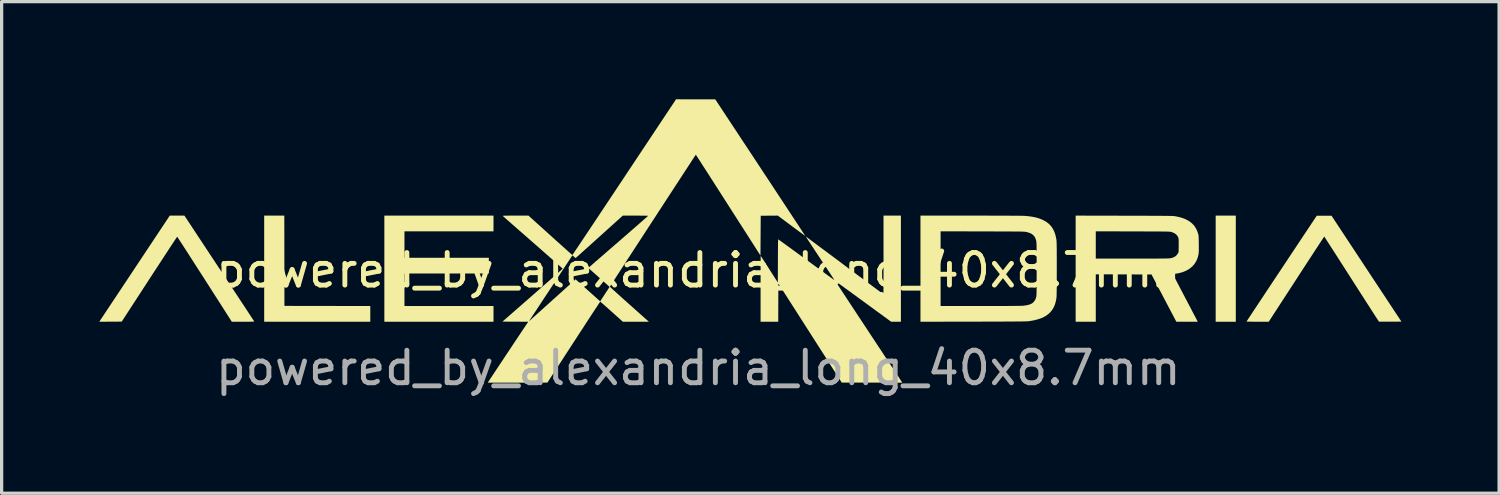
<source format=kicad_pcb>
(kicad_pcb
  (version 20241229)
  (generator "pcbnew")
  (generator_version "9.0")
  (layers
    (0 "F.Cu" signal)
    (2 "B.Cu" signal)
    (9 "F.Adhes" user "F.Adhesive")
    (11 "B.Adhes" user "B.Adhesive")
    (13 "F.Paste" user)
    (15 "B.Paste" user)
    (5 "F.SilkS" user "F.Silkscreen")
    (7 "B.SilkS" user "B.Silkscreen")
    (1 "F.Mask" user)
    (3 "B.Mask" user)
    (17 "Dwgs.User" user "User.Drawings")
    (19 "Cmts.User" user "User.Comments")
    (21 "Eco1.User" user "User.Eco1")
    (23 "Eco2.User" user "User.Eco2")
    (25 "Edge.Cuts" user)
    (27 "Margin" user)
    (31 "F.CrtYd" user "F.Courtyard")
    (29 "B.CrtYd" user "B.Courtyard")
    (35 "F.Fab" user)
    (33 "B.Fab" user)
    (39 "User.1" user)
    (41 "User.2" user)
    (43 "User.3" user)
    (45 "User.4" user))
  (footprint "powered_by_alexandria_long_40x8.7mm"
    (layer "F.Cu")
    (at 18.4 5.752)
    (property "Reference" "powered_by_alexandria_long_40x8.7mm" (at 0 -0.5 0) (unlocked yes) (layer "F.SilkS") (effects (font (size 1 1) (thickness 0.15))))
    (fp_poly (pts (xy 16.51 1.081) (xy 15.892 1.081) (xy 15.892 -2.179) (xy 16.51 -2.179)) (stroke (width 0) (type solid)) (fill yes) (layer "F.SilkS"))
    (fp_poly (pts (xy -12.715 -0.793) (xy -12.713 0.594) (xy -11.394 0.596) (xy -10.076 0.598) (xy -10.076 1.081) (xy -13.335 1.081) (xy -13.335 -2.179) (xy -12.717 -2.179)) (stroke (width 0) (type solid)) (fill yes) (layer "F.SilkS"))
    (fp_poly (pts (xy -6.291 -1.696) (xy -9.026 -1.696) (xy -9.026 -0.884) (xy -6.435 -0.884) (xy -6.435 -0.401) (xy -9.026 -0.401) (xy -9.026 0.598) (xy -6.291 0.598) (xy -6.291 1.081) (xy -9.644 1.081) (xy -9.644 -2.179) (xy -6.291 -2.179)) (stroke (width 0) (type solid)) (fill yes) (layer "F.SilkS"))
    (fp_poly (pts (xy -14.716 -0.56) (xy -14.616 -0.409) (xy -14.52 -0.263) (xy -14.426 -0.12) (xy -14.335 0.017) (xy -14.248 0.149) (xy -14.165 0.274) (xy -14.087 0.393) (xy -14.013 0.505) (xy -13.945 0.608) (xy -13.883 0.702) (xy -13.827 0.788) (xy -13.778 0.863) (xy -13.735 0.927) (xy -13.7 0.981) (xy -13.673 1.022) (xy -13.654 1.051) (xy -13.644 1.067) (xy -13.642 1.07) (xy -13.644 1.073) (xy -13.654 1.075) (xy -13.672 1.077) (xy -13.699 1.078) (xy -13.738 1.079) (xy -13.789 1.08) (xy -13.854 1.08) (xy -13.934 1.08) (xy -13.984 1.08) (xy -14.33 1.08) (xy -15.165 -0.226) (xy -15.252 -0.361) (xy -15.336 -0.492) (xy -15.418 -0.619) (xy -15.496 -0.741) (xy -15.57 -0.856) (xy -15.64 -0.965) (xy -15.705 -1.067) (xy -15.766 -1.16) (xy -15.82 -1.245) (xy -15.869 -1.32) (xy -15.911 -1.384) (xy -15.946 -1.438) (xy -15.974 -1.48) (xy -15.993 -1.51) (xy -16.005 -1.527) (xy -16.008 -1.531) (xy -16.013 -1.523) (xy -16.027 -1.503) (xy -16.049 -1.47) (xy -16.08 -1.424) (xy -16.117 -1.367) (xy -16.162 -1.3) (xy -16.213 -1.222) (xy -16.27 -1.135) (xy -16.332 -1.04) (xy -16.4 -0.937) (xy -16.472 -0.826) (xy -16.548 -0.709) (xy -16.628 -0.587) (xy -16.712 -0.459) (xy -16.798 -0.327) (xy -16.863 -0.227) (xy -17.711 1.077) (xy -18.055 1.079) (xy -18.4 1.081) (xy -18.384 1.057) (xy -18.378 1.047) (xy -18.363 1.025) (xy -18.34 0.989) (xy -18.308 0.941) (xy -18.269 0.882) (xy -18.222 0.812) (xy -18.169 0.731) (xy -18.109 0.641) (xy -18.043 0.542) (xy -17.972 0.435) (xy -17.895 0.32) (xy -17.814 0.197) (xy -17.728 0.069) (xy -17.639 -0.066) (xy -17.546 -0.205) (xy -17.45 -0.35) (xy -17.352 -0.498) (xy -17.302 -0.573) (xy -16.235 -2.179) (xy -16.01 -2.179) (xy -15.785 -2.179)) (stroke (width 0) (type solid)) (fill yes) (layer "F.SilkS"))
    (fp_poly (pts (xy 20.524 -0.549) (xy 21.598 1.077) (xy 21.257 1.079) (xy 21.183 1.079) (xy 21.114 1.079) (xy 21.051 1.079) (xy 20.998 1.079) (xy 20.955 1.079) (xy 20.925 1.078) (xy 20.91 1.078) (xy 20.908 1.078) (xy 20.903 1.07) (xy 20.889 1.049) (xy 20.867 1.015) (xy 20.837 0.97) (xy 20.799 0.912) (xy 20.755 0.844) (xy 20.705 0.766) (xy 20.649 0.679) (xy 20.587 0.582) (xy 20.52 0.479) (xy 20.449 0.367) (xy 20.373 0.25) (xy 20.294 0.127) (xy 20.212 -0.002) (xy 20.127 -0.135) (xy 20.066 -0.23) (xy 19.979 -0.366) (xy 19.895 -0.497) (xy 19.814 -0.624) (xy 19.736 -0.745) (xy 19.662 -0.861) (xy 19.592 -0.97) (xy 19.527 -1.071) (xy 19.467 -1.165) (xy 19.412 -1.249) (xy 19.364 -1.324) (xy 19.322 -1.389) (xy 19.287 -1.443) (xy 19.26 -1.485) (xy 19.241 -1.515) (xy 19.229 -1.531) (xy 19.227 -1.535) (xy 19.222 -1.528) (xy 19.208 -1.508) (xy 19.186 -1.474) (xy 19.156 -1.429) (xy 19.118 -1.372) (xy 19.074 -1.305) (xy 19.023 -1.227) (xy 18.966 -1.141) (xy 18.904 -1.045) (xy 18.837 -0.942) (xy 18.765 -0.832) (xy 18.688 -0.715) (xy 18.608 -0.592) (xy 18.525 -0.464) (xy 18.439 -0.332) (xy 18.372 -0.228) (xy 17.522 1.08) (xy 17.181 1.08) (xy 17.107 1.08) (xy 17.038 1.08) (xy 16.977 1.079) (xy 16.925 1.078) (xy 16.884 1.077) (xy 16.855 1.076) (xy 16.841 1.075) (xy 16.84 1.074) (xy 16.845 1.067) (xy 16.858 1.046) (xy 16.881 1.012) (xy 16.911 0.966) (xy 16.949 0.908) (xy 16.994 0.84) (xy 17.046 0.761) (xy 17.105 0.672) (xy 17.17 0.574) (xy 17.24 0.468) (xy 17.316 0.354) (xy 17.396 0.232) (xy 17.481 0.104) (xy 17.57 -0.03) (xy 17.663 -0.169) (xy 17.758 -0.313) (xy 17.857 -0.461) (xy 17.918 -0.553) (xy 18.996 -2.175) (xy 19.451 -2.175)) (stroke (width 0) (type solid)) (fill yes) (layer "F.SilkS"))
    (fp_poly (pts (xy 13.083 -2.176) (xy 13.271 -2.176) (xy 13.443 -2.176) (xy 13.599 -2.175) (xy 13.741 -2.175) (xy 13.869 -2.174) (xy 13.984 -2.174) (xy 14.087 -2.174) (xy 14.178 -2.173) (xy 14.258 -2.172) (xy 14.328 -2.172) (xy 14.389 -2.171) (xy 14.442 -2.17) (xy 14.486 -2.17) (xy 14.524 -2.169) (xy 14.556 -2.167) (xy 14.582 -2.166) (xy 14.604 -2.165) (xy 14.621 -2.164) (xy 14.636 -2.162) (xy 14.648 -2.16) (xy 14.655 -2.159) (xy 14.773 -2.134) (xy 14.877 -2.104) (xy 14.969 -2.067) (xy 14.982 -2.061) (xy 15.077 -2.008) (xy 15.158 -1.947) (xy 15.226 -1.877) (xy 15.281 -1.796) (xy 15.325 -1.704) (xy 15.347 -1.641) (xy 15.353 -1.619) (xy 15.359 -1.599) (xy 15.363 -1.579) (xy 15.366 -1.557) (xy 15.368 -1.53) (xy 15.37 -1.496) (xy 15.371 -1.453) (xy 15.372 -1.398) (xy 15.373 -1.329) (xy 15.373 -1.31) (xy 15.374 -1.233) (xy 15.374 -1.17) (xy 15.374 -1.12) (xy 15.373 -1.079) (xy 15.371 -1.046) (xy 15.368 -1.017) (xy 15.365 -0.992) (xy 15.363 -0.98) (xy 15.335 -0.874) (xy 15.293 -0.777) (xy 15.238 -0.69) (xy 15.17 -0.614) (xy 15.089 -0.548) (xy 14.994 -0.492) (xy 14.887 -0.447) (xy 14.767 -0.413) (xy 14.651 -0.391) (xy 14.616 -0.386) (xy 14.594 -0.381) (xy 14.584 -0.376) (xy 14.583 -0.369) (xy 14.584 -0.368) (xy 14.588 -0.359) (xy 14.6 -0.336) (xy 14.619 -0.3) (xy 14.644 -0.252) (xy 14.674 -0.194) (xy 14.71 -0.126) (xy 14.75 -0.049) (xy 14.794 0.035) (xy 14.841 0.126) (xy 14.892 0.222) (xy 14.944 0.322) (xy 14.951 0.335) (xy 15.004 0.436) (xy 15.055 0.533) (xy 15.104 0.626) (xy 15.149 0.712) (xy 15.19 0.791) (xy 15.227 0.862) (xy 15.26 0.923) (xy 15.286 0.974) (xy 15.307 1.013) (xy 15.321 1.04) (xy 15.328 1.053) (xy 15.328 1.053) (xy 15.342 1.081) (xy 14.684 1.081) (xy 14.302 0.355) (xy 13.921 -0.371) (xy 13.065 -0.373) (xy 12.209 -0.376) (xy 12.209 1.081) (xy 11.591 1.081) (xy 11.591 -0.858) (xy 12.209 -0.858) (xy 13.326 -0.858) (xy 13.49 -0.858) (xy 13.639 -0.858) (xy 13.772 -0.858) (xy 13.891 -0.859) (xy 13.996 -0.859) (xy 14.089 -0.859) (xy 14.17 -0.86) (xy 14.24 -0.86) (xy 14.299 -0.861) (xy 14.35 -0.862) (xy 14.391 -0.863) (xy 14.426 -0.864) (xy 14.453 -0.865) (xy 14.475 -0.867) (xy 14.491 -0.868) (xy 14.504 -0.87) (xy 14.506 -0.87) (xy 14.58 -0.89) (xy 14.641 -0.92) (xy 14.689 -0.959) (xy 14.726 -1.009) (xy 14.728 -1.012) (xy 14.753 -1.057) (xy 14.756 -1.259) (xy 14.756 -1.325) (xy 14.756 -1.377) (xy 14.756 -1.416) (xy 14.754 -1.446) (xy 14.752 -1.469) (xy 14.748 -1.488) (xy 14.744 -1.503) (xy 14.717 -1.557) (xy 14.676 -1.603) (xy 14.62 -1.641) (xy 14.55 -1.671) (xy 14.531 -1.677) (xy 14.523 -1.679) (xy 14.513 -1.681) (xy 14.501 -1.683) (xy 14.485 -1.684) (xy 14.465 -1.686) (xy 14.44 -1.687) (xy 14.409 -1.688) (xy 14.37 -1.689) (xy 14.324 -1.69) (xy 14.269 -1.691) (xy 14.205 -1.691) (xy 14.13 -1.692) (xy 14.043 -1.692) (xy 13.945 -1.693) (xy 13.833 -1.693) (xy 13.707 -1.693) (xy 13.567 -1.694) (xy 13.411 -1.694) (xy 13.345 -1.694) (xy 12.209 -1.697) (xy 12.209 -0.858) (xy 11.591 -0.858) (xy 11.591 -2.179)) (stroke (width 0) (type solid)) (fill yes) (layer "F.SilkS"))
    (fp_poly (pts (xy 8.375 -2.179) (xy 8.595 -2.179) (xy 8.799 -2.179) (xy 8.989 -2.178) (xy 9.164 -2.178) (xy 9.324 -2.178) (xy 9.469 -2.177) (xy 9.598 -2.176) (xy 9.712 -2.176) (xy 9.809 -2.175) (xy 9.891 -2.174) (xy 9.956 -2.173) (xy 10.005 -2.172) (xy 10.038 -2.17) (xy 10.046 -2.17) (xy 10.174 -2.157) (xy 10.289 -2.139) (xy 10.393 -2.116) (xy 10.488 -2.086) (xy 10.578 -2.048) (xy 10.596 -2.04) (xy 10.688 -1.988) (xy 10.767 -1.927) (xy 10.834 -1.858) (xy 10.889 -1.777) (xy 10.935 -1.686) (xy 10.97 -1.582) (xy 10.995 -1.467) (xy 10.998 -1.452) (xy 11 -1.435) (xy 11.002 -1.417) (xy 11.004 -1.396) (xy 11.005 -1.371) (xy 11.006 -1.341) (xy 11.008 -1.305) (xy 11.008 -1.261) (xy 11.009 -1.209) (xy 11.01 -1.147) (xy 11.01 -1.075) (xy 11.01 -0.991) (xy 11.011 -0.895) (xy 11.011 -0.784) (xy 11.011 -0.659) (xy 11.011 -0.545) (xy 11.011 -0.398) (xy 11.01 -0.268) (xy 11.01 -0.153) (xy 11.01 -0.052) (xy 11.009 0.036) (xy 11.009 0.111) (xy 11.008 0.175) (xy 11.007 0.228) (xy 11.006 0.271) (xy 11.004 0.306) (xy 11.002 0.332) (xy 11.001 0.351) (xy 11 0.359) (xy 10.979 0.465) (xy 10.952 0.558) (xy 10.917 0.639) (xy 10.873 0.712) (xy 10.82 0.779) (xy 10.776 0.823) (xy 10.706 0.88) (xy 10.626 0.929) (xy 10.536 0.971) (xy 10.432 1.006) (xy 10.316 1.036) (xy 10.184 1.059) (xy 10.147 1.065) (xy 10.133 1.066) (xy 10.111 1.067) (xy 10.08 1.069) (xy 10.039 1.07) (xy 9.989 1.071) (xy 9.929 1.072) (xy 9.858 1.072) (xy 9.775 1.073) (xy 9.68 1.074) (xy 9.572 1.075) (xy 9.452 1.075) (xy 9.317 1.076) (xy 9.169 1.076) (xy 9.006 1.077) (xy 8.827 1.077) (xy 8.632 1.078) (xy 8.447 1.078) (xy 6.824 1.081) (xy 6.824 0.598) (xy 7.442 0.598) (xy 8.663 0.598) (xy 8.845 0.598) (xy 9.014 0.598) (xy 9.172 0.598) (xy 9.317 0.597) (xy 9.45 0.597) (xy 9.569 0.596) (xy 9.673 0.595) (xy 9.764 0.594) (xy 9.839 0.593) (xy 9.9 0.592) (xy 9.944 0.591) (xy 9.972 0.59) (xy 9.978 0.589) (xy 10.071 0.577) (xy 10.15 0.56) (xy 10.216 0.535) (xy 10.269 0.503) (xy 10.311 0.462) (xy 10.345 0.412) (xy 10.37 0.352) (xy 10.378 0.326) (xy 10.38 0.316) (xy 10.382 0.305) (xy 10.384 0.291) (xy 10.386 0.273) (xy 10.387 0.251) (xy 10.389 0.223) (xy 10.39 0.188) (xy 10.39 0.146) (xy 10.391 0.095) (xy 10.392 0.033) (xy 10.392 -0.039) (xy 10.392 -0.124) (xy 10.392 -0.221) (xy 10.393 -0.333) (xy 10.393 -0.46) (xy 10.393 -0.541) (xy 10.393 -0.677) (xy 10.393 -0.798) (xy 10.392 -0.904) (xy 10.392 -0.996) (xy 10.392 -1.075) (xy 10.391 -1.143) (xy 10.391 -1.2) (xy 10.39 -1.248) (xy 10.389 -1.287) (xy 10.388 -1.319) (xy 10.387 -1.345) (xy 10.385 -1.366) (xy 10.383 -1.382) (xy 10.381 -1.395) (xy 10.379 -1.406) (xy 10.378 -1.411) (xy 10.355 -1.481) (xy 10.324 -1.539) (xy 10.283 -1.585) (xy 10.231 -1.622) (xy 10.167 -1.651) (xy 10.089 -1.673) (xy 10.079 -1.676) (xy 10.068 -1.678) (xy 10.056 -1.68) (xy 10.043 -1.682) (xy 10.028 -1.683) (xy 10.009 -1.685) (xy 9.985 -1.686) (xy 9.957 -1.687) (xy 9.923 -1.688) (xy 9.882 -1.689) (xy 9.833 -1.69) (xy 9.776 -1.69) (xy 9.71 -1.691) (xy 9.634 -1.691) (xy 9.547 -1.692) (xy 9.448 -1.692) (xy 9.336 -1.693) (xy 9.211 -1.693) (xy 9.071 -1.693) (xy 8.917 -1.694) (xy 8.746 -1.694) (xy 8.727 -1.694) (xy 7.442 -1.697) (xy 7.442 0.598) (xy 6.824 0.598) (xy 6.824 -2.179)) (stroke (width 0) (type solid)) (fill yes) (layer "F.SilkS"))
    (fp_poly (pts (xy 6.223 1.081) (xy 6.073 1.08) (xy 5.922 1.08) (xy 5.067 0.455) (xy 4.96 0.377) (xy 4.857 0.301) (xy 4.759 0.23) (xy 4.666 0.162) (xy 4.579 0.099) (xy 4.499 0.041) (xy 4.427 -0.011) (xy 4.364 -0.057) (xy 4.311 -0.096) (xy 4.268 -0.127) (xy 4.236 -0.149) (xy 4.216 -0.163) (xy 4.21 -0.168) (xy 4.214 -0.161) (xy 4.227 -0.14) (xy 4.249 -0.107) (xy 4.279 -0.061) (xy 4.316 -0.004) (xy 4.361 0.064) (xy 4.412 0.142) (xy 4.469 0.229) (xy 4.533 0.326) (xy 4.602 0.431) (xy 4.676 0.543) (xy 4.754 0.662) (xy 4.837 0.787) (xy 4.923 0.918) (xy 5.013 1.054) (xy 5.105 1.194) (xy 5.174 1.298) (xy 5.269 1.442) (xy 5.362 1.583) (xy 5.453 1.721) (xy 5.541 1.854) (xy 5.626 1.982) (xy 5.706 2.104) (xy 5.783 2.22) (xy 5.854 2.328) (xy 5.921 2.429) (xy 5.981 2.52) (xy 6.036 2.603) (xy 6.083 2.675) (xy 6.124 2.736) (xy 6.157 2.786) (xy 6.181 2.824) (xy 6.197 2.848) (xy 6.203 2.857) (xy 6.265 2.952) (xy 5.336 2.951) (xy 4.407 2.951) (xy 3.433 1.429) (xy 2.459 -0.094) (xy 2.457 0.493) (xy 2.455 1.081) (xy 1.913 1.081) (xy 1.913 0.069) (xy 1.913 -0.06) (xy 1.913 -0.185) (xy 1.913 -0.304) (xy 1.914 -0.416) (xy 1.914 -0.52) (xy 1.914 -0.615) (xy 1.914 -0.7) (xy 1.915 -0.774) (xy 1.915 -0.836) (xy 1.915 -0.884) (xy 1.915 -0.919) (xy 1.916 -0.939) (xy 1.916 -0.943) (xy 1.921 -0.936) (xy 1.934 -0.916) (xy 1.955 -0.884) (xy 1.982 -0.842) (xy 2.016 -0.791) (xy 2.054 -0.731) (xy 2.096 -0.665) (xy 2.142 -0.594) (xy 2.181 -0.533) (xy 2.442 -0.124) (xy 2.445 -0.788) (xy 2.445 -0.913) (xy 2.446 -1.021) (xy 2.446 -1.114) (xy 2.447 -1.194) (xy 2.447 -1.26) (xy 2.448 -1.315) (xy 2.449 -1.359) (xy 2.45 -1.392) (xy 2.452 -1.417) (xy 2.453 -1.434) (xy 2.455 -1.444) (xy 2.457 -1.448) (xy 2.458 -1.448) (xy 2.466 -1.443) (xy 2.487 -1.428) (xy 2.52 -1.404) (xy 2.564 -1.373) (xy 2.619 -1.333) (xy 2.683 -1.287) (xy 2.755 -1.234) (xy 2.836 -1.176) (xy 2.923 -1.112) (xy 3.017 -1.044) (xy 3.115 -0.972) (xy 3.219 -0.897) (xy 3.315 -0.827) (xy 3.422 -0.749) (xy 3.525 -0.674) (xy 3.623 -0.602) (xy 3.716 -0.534) (xy 3.803 -0.471) (xy 3.883 -0.413) (xy 3.954 -0.361) (xy 4.017 -0.315) (xy 4.071 -0.276) (xy 4.114 -0.245) (xy 4.146 -0.222) (xy 4.166 -0.207) (xy 4.172 -0.203) (xy 4.174 -0.202) (xy 4.176 -0.202) (xy 4.175 -0.204) (xy 4.173 -0.208) (xy 4.169 -0.217) (xy 4.161 -0.229) (xy 4.15 -0.247) (xy 4.135 -0.271) (xy 4.115 -0.301) (xy 4.09 -0.339) (xy 4.06 -0.385) (xy 4.024 -0.44) (xy 3.981 -0.505) (xy 3.931 -0.581) (xy 3.873 -0.668) (xy 3.807 -0.768) (xy 3.733 -0.88) (xy 3.703 -0.926) (xy 3.631 -1.034) (xy 3.569 -1.128) (xy 3.515 -1.21) (xy 3.468 -1.281) (xy 3.429 -1.341) (xy 3.396 -1.391) (xy 3.369 -1.431) (xy 3.347 -1.464) (xy 3.331 -1.49) (xy 3.319 -1.509) (xy 3.31 -1.522) (xy 3.305 -1.531) (xy 3.303 -1.535) (xy 3.302 -1.537) (xy 3.304 -1.537) (xy 3.306 -1.535) (xy 3.309 -1.533) (xy 3.311 -1.531) (xy 3.319 -1.525) (xy 3.34 -1.51) (xy 3.373 -1.486) (xy 3.417 -1.453) (xy 3.473 -1.411) (xy 3.538 -1.363) (xy 3.613 -1.307) (xy 3.696 -1.245) (xy 3.787 -1.177) (xy 3.886 -1.104) (xy 3.991 -1.025) (xy 4.102 -0.943) (xy 4.219 -0.856) (xy 4.34 -0.766) (xy 4.464 -0.673) (xy 4.501 -0.645) (xy 4.627 -0.551) (xy 4.749 -0.461) (xy 4.866 -0.373) (xy 4.979 -0.289) (xy 5.085 -0.21) (xy 5.185 -0.135) (xy 5.279 -0.066) (xy 5.364 -0.003) (xy 5.441 0.054) (xy 5.508 0.104) (xy 5.566 0.147) (xy 5.613 0.182) (xy 5.649 0.208) (xy 5.673 0.226) (xy 5.684 0.234) (xy 5.685 0.234) (xy 5.685 0.226) (xy 5.686 0.201) (xy 5.686 0.162) (xy 5.687 0.109) (xy 5.687 0.042) (xy 5.688 -0.037) (xy 5.688 -0.127) (xy 5.688 -0.227) (xy 5.689 -0.336) (xy 5.689 -0.454) (xy 5.689 -0.58) (xy 5.689 -0.712) (xy 5.689 -0.849) (xy 5.689 -0.972) (xy 5.689 -2.179) (xy 6.223 -2.179)) (stroke (width 0) (type solid)) (fill yes) (layer "F.SilkS"))
    (fp_poly (pts (xy -0.082 -5.751) (xy 0.52 -5.751) (xy 1.904 -3.655) (xy 2.016 -3.484) (xy 2.127 -3.317) (xy 2.235 -3.153) (xy 2.339 -2.995) (xy 2.44 -2.842) (xy 2.537 -2.694) (xy 2.63 -2.553) (xy 2.718 -2.42) (xy 2.801 -2.293) (xy 2.879 -2.175) (xy 2.951 -2.065) (xy 3.017 -1.965) (xy 3.077 -1.874) (xy 3.13 -1.793) (xy 3.175 -1.724) (xy 3.213 -1.665) (xy 3.244 -1.619) (xy 3.266 -1.585) (xy 3.279 -1.564) (xy 3.284 -1.557) (xy 3.284 -1.557) (xy 3.276 -1.561) (xy 3.257 -1.575) (xy 3.226 -1.597) (xy 3.185 -1.627) (xy 3.136 -1.663) (xy 3.078 -1.705) (xy 3.014 -1.753) (xy 2.945 -1.804) (xy 2.871 -1.859) (xy 2.862 -1.866) (xy 2.443 -2.179) (xy 2.18 -2.177) (xy 1.917 -2.175) (xy 1.913 -1.564) (xy 1.909 -0.954) (xy 0.918 -2.502) (xy 0.824 -2.649) (xy 0.732 -2.793) (xy 0.643 -2.932) (xy 0.557 -3.066) (xy 0.475 -3.195) (xy 0.396 -3.317) (xy 0.323 -3.432) (xy 0.254 -3.539) (xy 0.19 -3.638) (xy 0.132 -3.728) (xy 0.081 -3.808) (xy 0.036 -3.878) (xy -0.002 -3.937) (xy -0.033 -3.984) (xy -0.056 -4.019) (xy -0.07 -4.041) (xy -0.076 -4.05) (xy -0.076 -4.05) (xy -0.081 -4.043) (xy -0.095 -4.022) (xy -0.117 -3.989) (xy -0.147 -3.944) (xy -0.184 -3.887) (xy -0.228 -3.819) (xy -0.279 -3.741) (xy -0.336 -3.654) (xy -0.399 -3.558) (xy -0.467 -3.454) (xy -0.539 -3.343) (xy -0.616 -3.225) (xy -0.697 -3.102) (xy -0.781 -2.972) (xy -0.868 -2.839) (xy -0.958 -2.701) (xy -1.05 -2.56) (xy -1.143 -2.417) (xy -1.238 -2.272) (xy -1.333 -2.125) (xy -1.429 -1.978) (xy -1.524 -1.832) (xy -1.619 -1.686) (xy -1.713 -1.542) (xy -1.805 -1.4) (xy -1.896 -1.261) (xy -1.984 -1.126) (xy -2.069 -0.995) (xy -2.151 -0.869) (xy -2.229 -0.748) (xy -2.303 -0.634) (xy -2.372 -0.528) (xy -2.437 -0.428) (xy -2.496 -0.338) (xy -2.548 -0.256) (xy -2.595 -0.185) (xy -2.634 -0.123) (xy -2.667 -0.073) (xy -2.691 -0.035) (xy -2.708 -0.01) (xy -2.715 0.003) (xy -2.716 0.004) (xy -2.71 0.01) (xy -2.693 0.028) (xy -2.664 0.054) (xy -2.626 0.09) (xy -2.578 0.133) (xy -2.522 0.184) (xy -2.459 0.241) (xy -2.389 0.304) (xy -2.314 0.372) (xy -2.234 0.443) (xy -2.15 0.518) (xy -2.145 0.523) (xy -2.06 0.598) (xy -1.979 0.671) (xy -1.901 0.74) (xy -1.829 0.804) (xy -1.763 0.863) (xy -1.704 0.916) (xy -1.652 0.962) (xy -1.61 0.999) (xy -1.577 1.028) (xy -1.556 1.048) (xy -1.545 1.057) (xy -1.545 1.057) (xy -1.52 1.08) (xy -2.317 1.081) (xy -2.662 0.772) (xy -2.727 0.714) (xy -2.788 0.659) (xy -2.844 0.61) (xy -2.894 0.565) (xy -2.937 0.528) (xy -2.972 0.498) (xy -2.996 0.476) (xy -3.01 0.465) (xy -3.013 0.463) (xy -3.018 0.47) (xy -3.032 0.49) (xy -3.054 0.524) (xy -3.084 0.569) (xy -3.121 0.626) (xy -3.166 0.693) (xy -3.216 0.77) (xy -3.273 0.856) (xy -3.335 0.951) (xy -3.402 1.054) (xy -3.473 1.163) (xy -3.548 1.279) (xy -3.628 1.4) (xy -3.71 1.527) (xy -3.794 1.657) (xy -3.827 1.707) (xy -4.636 2.951) (xy -5.552 2.952) (xy -6.468 2.952) (xy -6.178 2.514) (xy -6.119 2.425) (xy -6.052 2.324) (xy -5.98 2.216) (xy -5.905 2.102) (xy -5.827 1.986) (xy -5.75 1.87) (xy -5.676 1.758) (xy -5.605 1.652) (xy -5.556 1.578) (xy -5.224 1.081) (xy -5.62 1.079) (xy -6.016 1.077) (xy -5.99 1.054) (xy -5.194 1.054) (xy -5.192 1.057) (xy -5.182 1.049) (xy -5.168 1.037) (xy -5.157 1.028) (xy -5.135 1.007) (xy -5.102 0.977) (xy -5.059 0.938) (xy -5.006 0.891) (xy -4.945 0.836) (xy -4.877 0.775) (xy -4.803 0.708) (xy -4.722 0.635) (xy -4.637 0.559) (xy -4.548 0.479) (xy -4.456 0.395) (xy -4.452 0.392) (xy -3.77 -0.222) (xy -3.392 0.116) (xy -3.014 0.454) (xy -2.969 0.384) (xy -2.95 0.355) (xy -2.924 0.315) (xy -2.893 0.268) (xy -2.861 0.218) (xy -2.828 0.168) (xy -2.825 0.164) (xy -2.796 0.119) (xy -2.77 0.079) (xy -2.749 0.047) (xy -2.734 0.023) (xy -2.727 0.011) (xy -2.726 0.01) (xy -2.733 0.004) (xy -2.75 -0.012) (xy -2.778 -0.037) (xy -2.815 -0.071) (xy -2.86 -0.111) (xy -2.912 -0.157) (xy -2.969 -0.208) (xy -3.031 -0.263) (xy -3.052 -0.282) (xy -3.378 -0.572) (xy -3.197 -0.73) (xy -3.166 -0.757) (xy -3.123 -0.794) (xy -3.07 -0.84) (xy -3.007 -0.895) (xy -2.936 -0.956) (xy -2.857 -1.025) (xy -2.772 -1.099) (xy -2.682 -1.177) (xy -2.588 -1.259) (xy -2.49 -1.343) (xy -2.391 -1.429) (xy -2.291 -1.516) (xy -2.279 -1.527) (xy -2.183 -1.61) (xy -2.09 -1.691) (xy -2.003 -1.767) (xy -1.92 -1.839) (xy -1.843 -1.906) (xy -1.774 -1.967) (xy -1.711 -2.022) (xy -1.658 -2.069) (xy -1.613 -2.108) (xy -1.579 -2.139) (xy -1.555 -2.16) (xy -1.543 -2.171) (xy -1.542 -2.173) (xy -1.55 -2.174) (xy -1.573 -2.175) (xy -1.61 -2.176) (xy -1.659 -2.177) (xy -1.718 -2.178) (xy -1.786 -2.178) (xy -1.86 -2.179) (xy -1.93 -2.179) (xy -2.319 -2.179) (xy -3.04 -1.529) (xy -3.134 -1.444) (xy -3.225 -1.363) (xy -3.311 -1.285) (xy -3.392 -1.212) (xy -3.468 -1.144) (xy -3.537 -1.082) (xy -3.598 -1.027) (xy -3.651 -0.979) (xy -3.695 -0.94) (xy -3.73 -0.91) (xy -3.753 -0.889) (xy -3.765 -0.878) (xy -3.767 -0.877) (xy -3.775 -0.881) (xy -3.793 -0.894) (xy -3.816 -0.913) (xy -3.82 -0.917) (xy -3.867 -0.959) (xy -4.527 0.041) (xy -4.604 0.159) (xy -4.68 0.273) (xy -4.752 0.382) (xy -4.821 0.487) (xy -4.885 0.585) (xy -4.945 0.676) (xy -5 0.759) (xy -5.049 0.833) (xy -5.092 0.898) (xy -5.128 0.953) (xy -5.156 0.997) (xy -5.177 1.029) (xy -5.19 1.048) (xy -5.194 1.054) (xy -5.99 1.054) (xy -5.091 0.268) (xy -4.984 0.174) (xy -4.88 0.083) (xy -4.78 -0.005) (xy -4.685 -0.088) (xy -4.596 -0.166) (xy -4.514 -0.239) (xy -4.438 -0.306) (xy -4.37 -0.366) (xy -4.311 -0.419) (xy -4.261 -0.463) (xy -4.221 -0.499) (xy -4.191 -0.526) (xy -4.173 -0.543) (xy -4.167 -0.549) (xy -4.173 -0.556) (xy -4.191 -0.573) (xy -4.221 -0.599) (xy -4.261 -0.635) (xy -4.311 -0.68) (xy -4.371 -0.733) (xy -4.439 -0.793) (xy -4.514 -0.859) (xy -4.597 -0.932) (xy -4.686 -1.01) (xy -4.78 -1.093) (xy -4.88 -1.181) (xy -4.983 -1.271) (xy -5.077 -1.353) (xy -5.184 -1.447) (xy -5.287 -1.538) (xy -5.387 -1.625) (xy -5.481 -1.707) (xy -5.57 -1.785) (xy -5.653 -1.858) (xy -5.729 -1.924) (xy -5.797 -1.984) (xy -5.856 -2.036) (xy -5.907 -2.08) (xy -5.947 -2.116) (xy -5.976 -2.142) (xy -5.995 -2.159) (xy -6.001 -2.164) (xy -6.003 -2.168) (xy -6.003 -2.17) (xy -5.998 -2.173) (xy -5.988 -2.175) (xy -5.971 -2.176) (xy -5.945 -2.177) (xy -5.91 -2.178) (xy -5.864 -2.178) (xy -5.805 -2.179) (xy -5.732 -2.179) (xy -5.645 -2.179) (xy -5.616 -2.179) (xy -5.217 -2.179) (xy -4.546 -1.574) (xy -4.455 -1.492) (xy -4.368 -1.413) (xy -4.285 -1.339) (xy -4.207 -1.269) (xy -4.135 -1.204) (xy -4.07 -1.146) (xy -4.013 -1.095) (xy -3.964 -1.051) (xy -3.924 -1.016) (xy -3.894 -0.99) (xy -3.876 -0.974) (xy -3.869 -0.968) (xy -3.869 -0.968) (xy -3.864 -0.975) (xy -3.85 -0.996) (xy -3.827 -1.029) (xy -3.796 -1.076) (xy -3.757 -1.134) (xy -3.71 -1.204) (xy -3.656 -1.284) (xy -3.595 -1.376) (xy -3.527 -1.477) (xy -3.453 -1.588) (xy -3.373 -1.708) (xy -3.288 -1.836) (xy -3.197 -1.972) (xy -3.101 -2.116) (xy -3.001 -2.267) (xy -2.896 -2.424) (xy -2.788 -2.587) (xy -2.676 -2.755) (xy -2.561 -2.928) (xy -2.443 -3.106) (xy -2.322 -3.287) (xy -2.274 -3.36) (xy -0.684 -5.752)) (stroke (width 0) (type solid)) (fill yes) (layer "F.SilkS"))
    (fp_text user "${REFERENCE}" (at 0 2.5 0) (unlocked yes) (layer "F.Fab") (effects (font (size 1 1) (thickness 0.15)))))
  (gr_rect
    (start -3 -3)
    (end 42.998 12.1)
    (stroke (width 0.1) (type default))
    (fill no)
    (layer "Edge.Cuts")))
</source>
